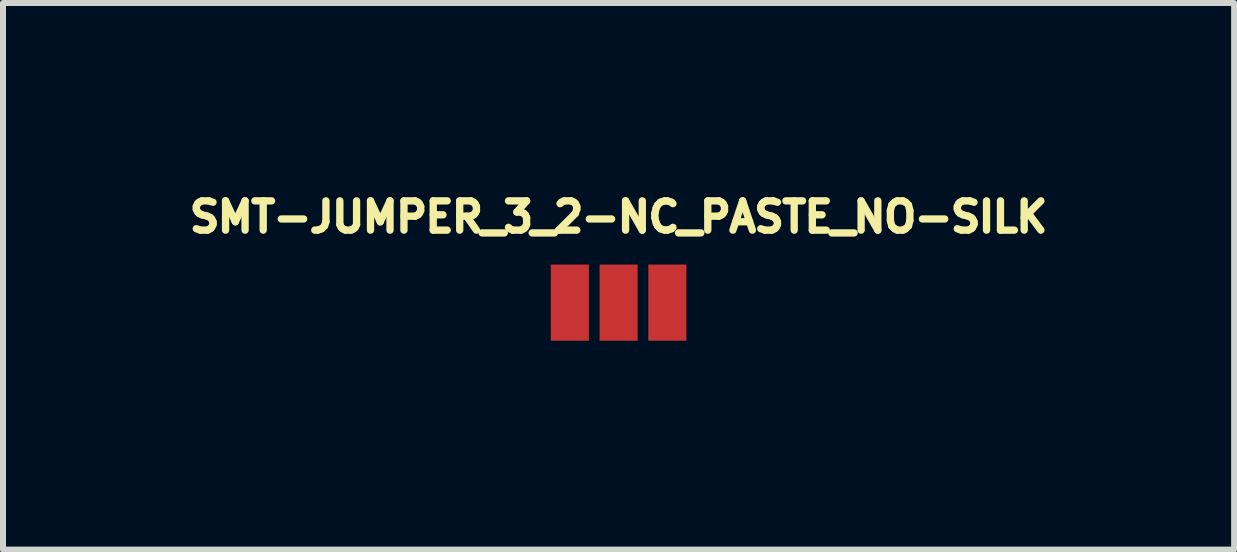
<source format=kicad_pcb>
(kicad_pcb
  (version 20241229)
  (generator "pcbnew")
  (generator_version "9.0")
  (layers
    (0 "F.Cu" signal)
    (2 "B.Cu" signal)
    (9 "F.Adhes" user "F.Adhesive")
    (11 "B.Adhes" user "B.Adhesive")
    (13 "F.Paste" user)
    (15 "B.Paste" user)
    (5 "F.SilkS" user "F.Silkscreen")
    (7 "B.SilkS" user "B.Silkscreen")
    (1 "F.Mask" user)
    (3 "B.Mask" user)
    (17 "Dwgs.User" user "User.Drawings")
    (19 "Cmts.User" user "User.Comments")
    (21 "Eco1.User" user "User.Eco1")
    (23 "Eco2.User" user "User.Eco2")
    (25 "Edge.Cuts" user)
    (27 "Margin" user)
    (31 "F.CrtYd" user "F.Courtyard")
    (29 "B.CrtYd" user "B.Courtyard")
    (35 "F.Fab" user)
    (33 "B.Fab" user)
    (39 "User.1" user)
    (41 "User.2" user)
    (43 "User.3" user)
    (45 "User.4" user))
  (footprint "SMT-JUMPER_3_2-NC_PASTE_NO-SILK"
    (layer "F.Cu")
    (at 7.264 1.996)
    (property "Reference" "SMT-JUMPER_3_2-NC_PASTE_NO-SILK" (at 0 -1.143 0) (layer "F.SilkS") (effects (font (size 0.488 0.488) (thickness 0.122)) (justify bottom)))
    (fp_poly (pts (xy -1.651 1.118) (xy 1.651 1.118) (xy 1.651 -1.118) (xy -1.651 -1.118)) (stroke (width 0) (type solid)) (fill yes) (layer "F.Paste"))
    (pad "1" smd rect (at -0.813 0) (size 0.635 1.27) (layers "F.Cu" "F.Mask"))
    (pad "2" smd rect (at 0 0) (size 0.635 1.27) (layers "F.Cu" "F.Mask"))
    (pad "3" smd rect (at 0.813 0) (size 0.635 1.27) (layers "F.Cu" "F.Mask")))
  (gr_rect
    (start -3 -3)
    (end 17.527 6.114)
    (stroke (width 0.1) (type default))
    (fill no)
    (layer "Edge.Cuts")))
</source>
